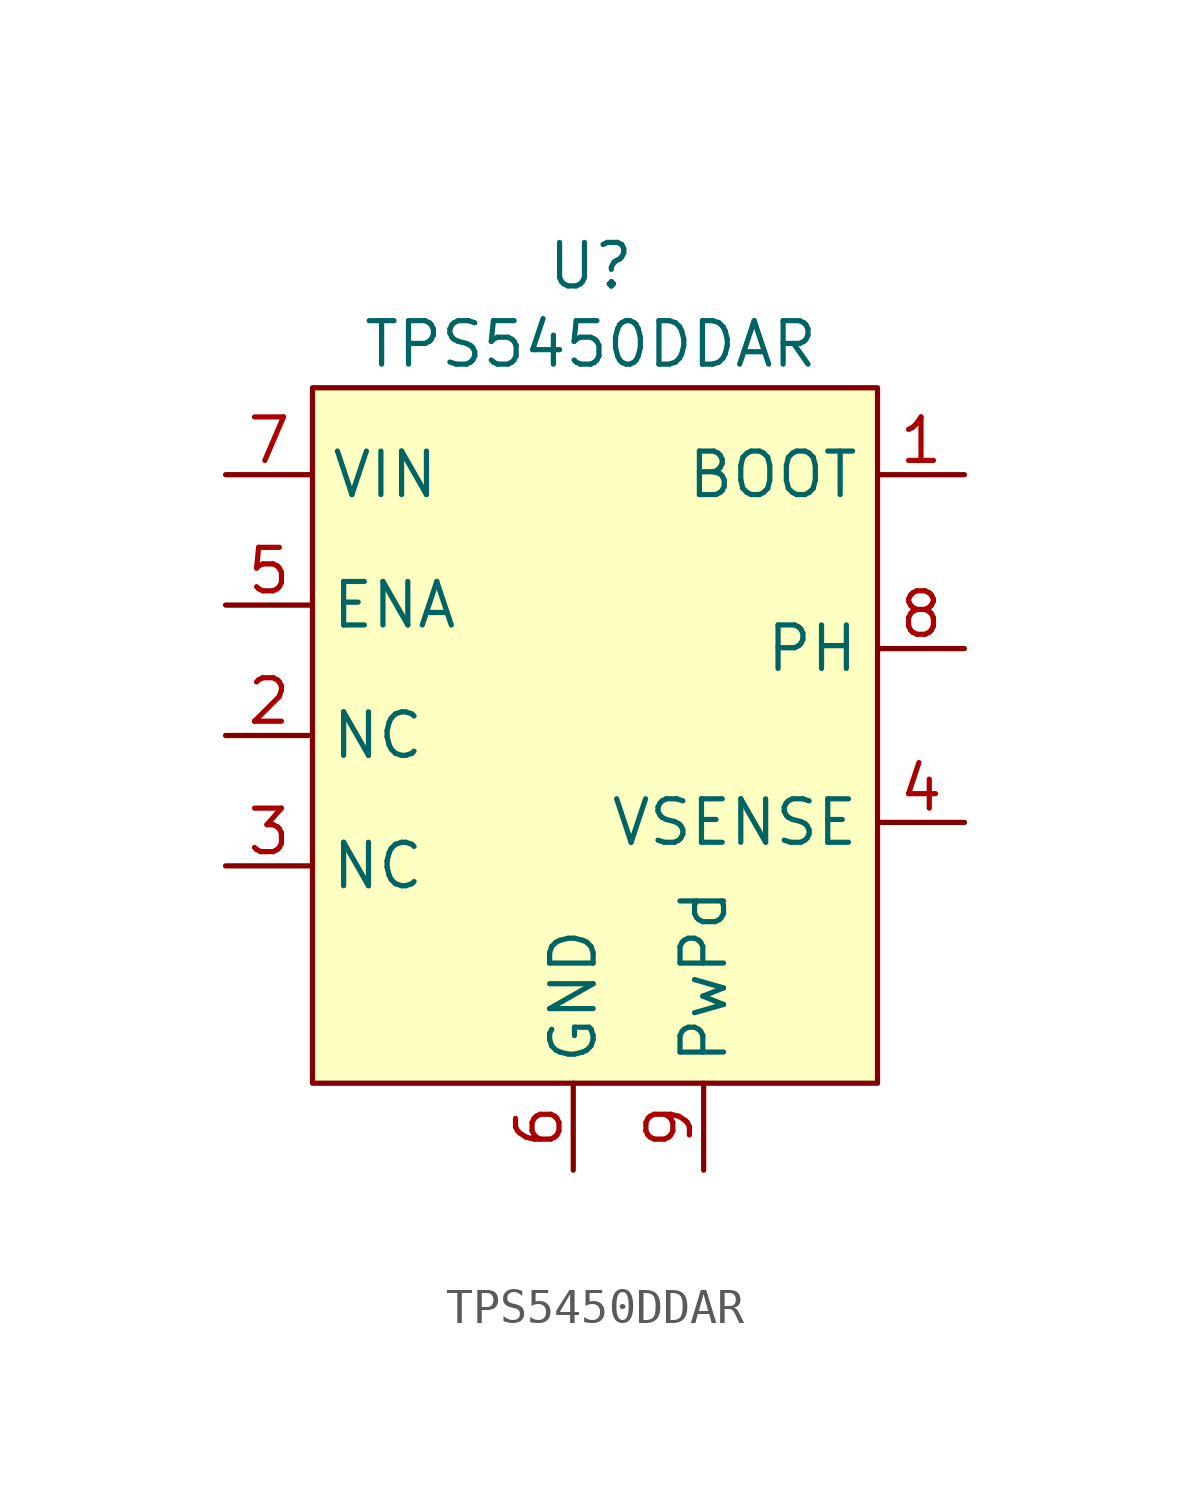
<source format=kicad_sym>
(kicad_symbol_lib
  (version 20241209)
  (generator "kicad_symbol_editor")
  (generator_version "9.0")
  (symbol "TPS5450DDAR"
    (property "Reference" "U"
      (at 8.128 3.556 0)
      (effects (font (size 1.27 1.27))))
    (property "Value" "TPS5450DDAR"
      (at 8.128 1.27 0)
      (effects (font (size 1.27 1.27))))
    (symbol "TPS5450DDAR_1_1"
      (rectangle (start 0 0) (end 16.51 -20.32) (stroke (width 0) (type solid)) (fill (type background)))
      (pin power_in line (at -2.54 -2.54 0) (length 2.54) (name "VIN" (effects (font (size 1.27 1.27)))) (number "7" (effects (font (size 1.27 1.27)))))
      (pin input line (at -2.54 -6.35 0) (length 2.54) (name "ENA" (effects (font (size 1.27 1.27)))) (number "5" (effects (font (size 1.27 1.27)))))
      (pin passive line (at -2.54 -10.16 0) (length 2.54) (name "NC" (effects (font (size 1.27 1.27)))) (number "2" (effects (font (size 1.27 1.27)))))
      (pin passive line (at -2.54 -13.97 0) (length 2.54) (name "NC" (effects (font (size 1.27 1.27)))) (number "3" (effects (font (size 1.27 1.27)))))
      (pin power_out line (at 7.62 -22.86 90) (length 2.54) (name "GND" (effects (font (size 1.27 1.27)))) (number "6" (effects (font (size 1.27 1.27)))))
      (pin passive line (at 11.43 -22.86 90) (length 2.54) (name "PwPd" (effects (font (size 1.27 1.27)))) (number "9" (effects (font (size 1.27 1.27)))))
      (pin power_out line (at 19.05 -2.54 180) (length 2.54) (name "BOOT" (effects (font (size 1.27 1.27)))) (number "1" (effects (font (size 1.27 1.27)))))
      (pin power_out line (at 19.05 -7.62 180) (length 2.54) (name "PH" (effects (font (size 1.27 1.27)))) (number "8" (effects (font (size 1.27 1.27)))))
      (pin input line (at 19.05 -12.7 180) (length 2.54) (name "VSENSE" (effects (font (size 1.27 1.27)))) (number "4" (effects (font (size 1.27 1.27))))))))
</source>
